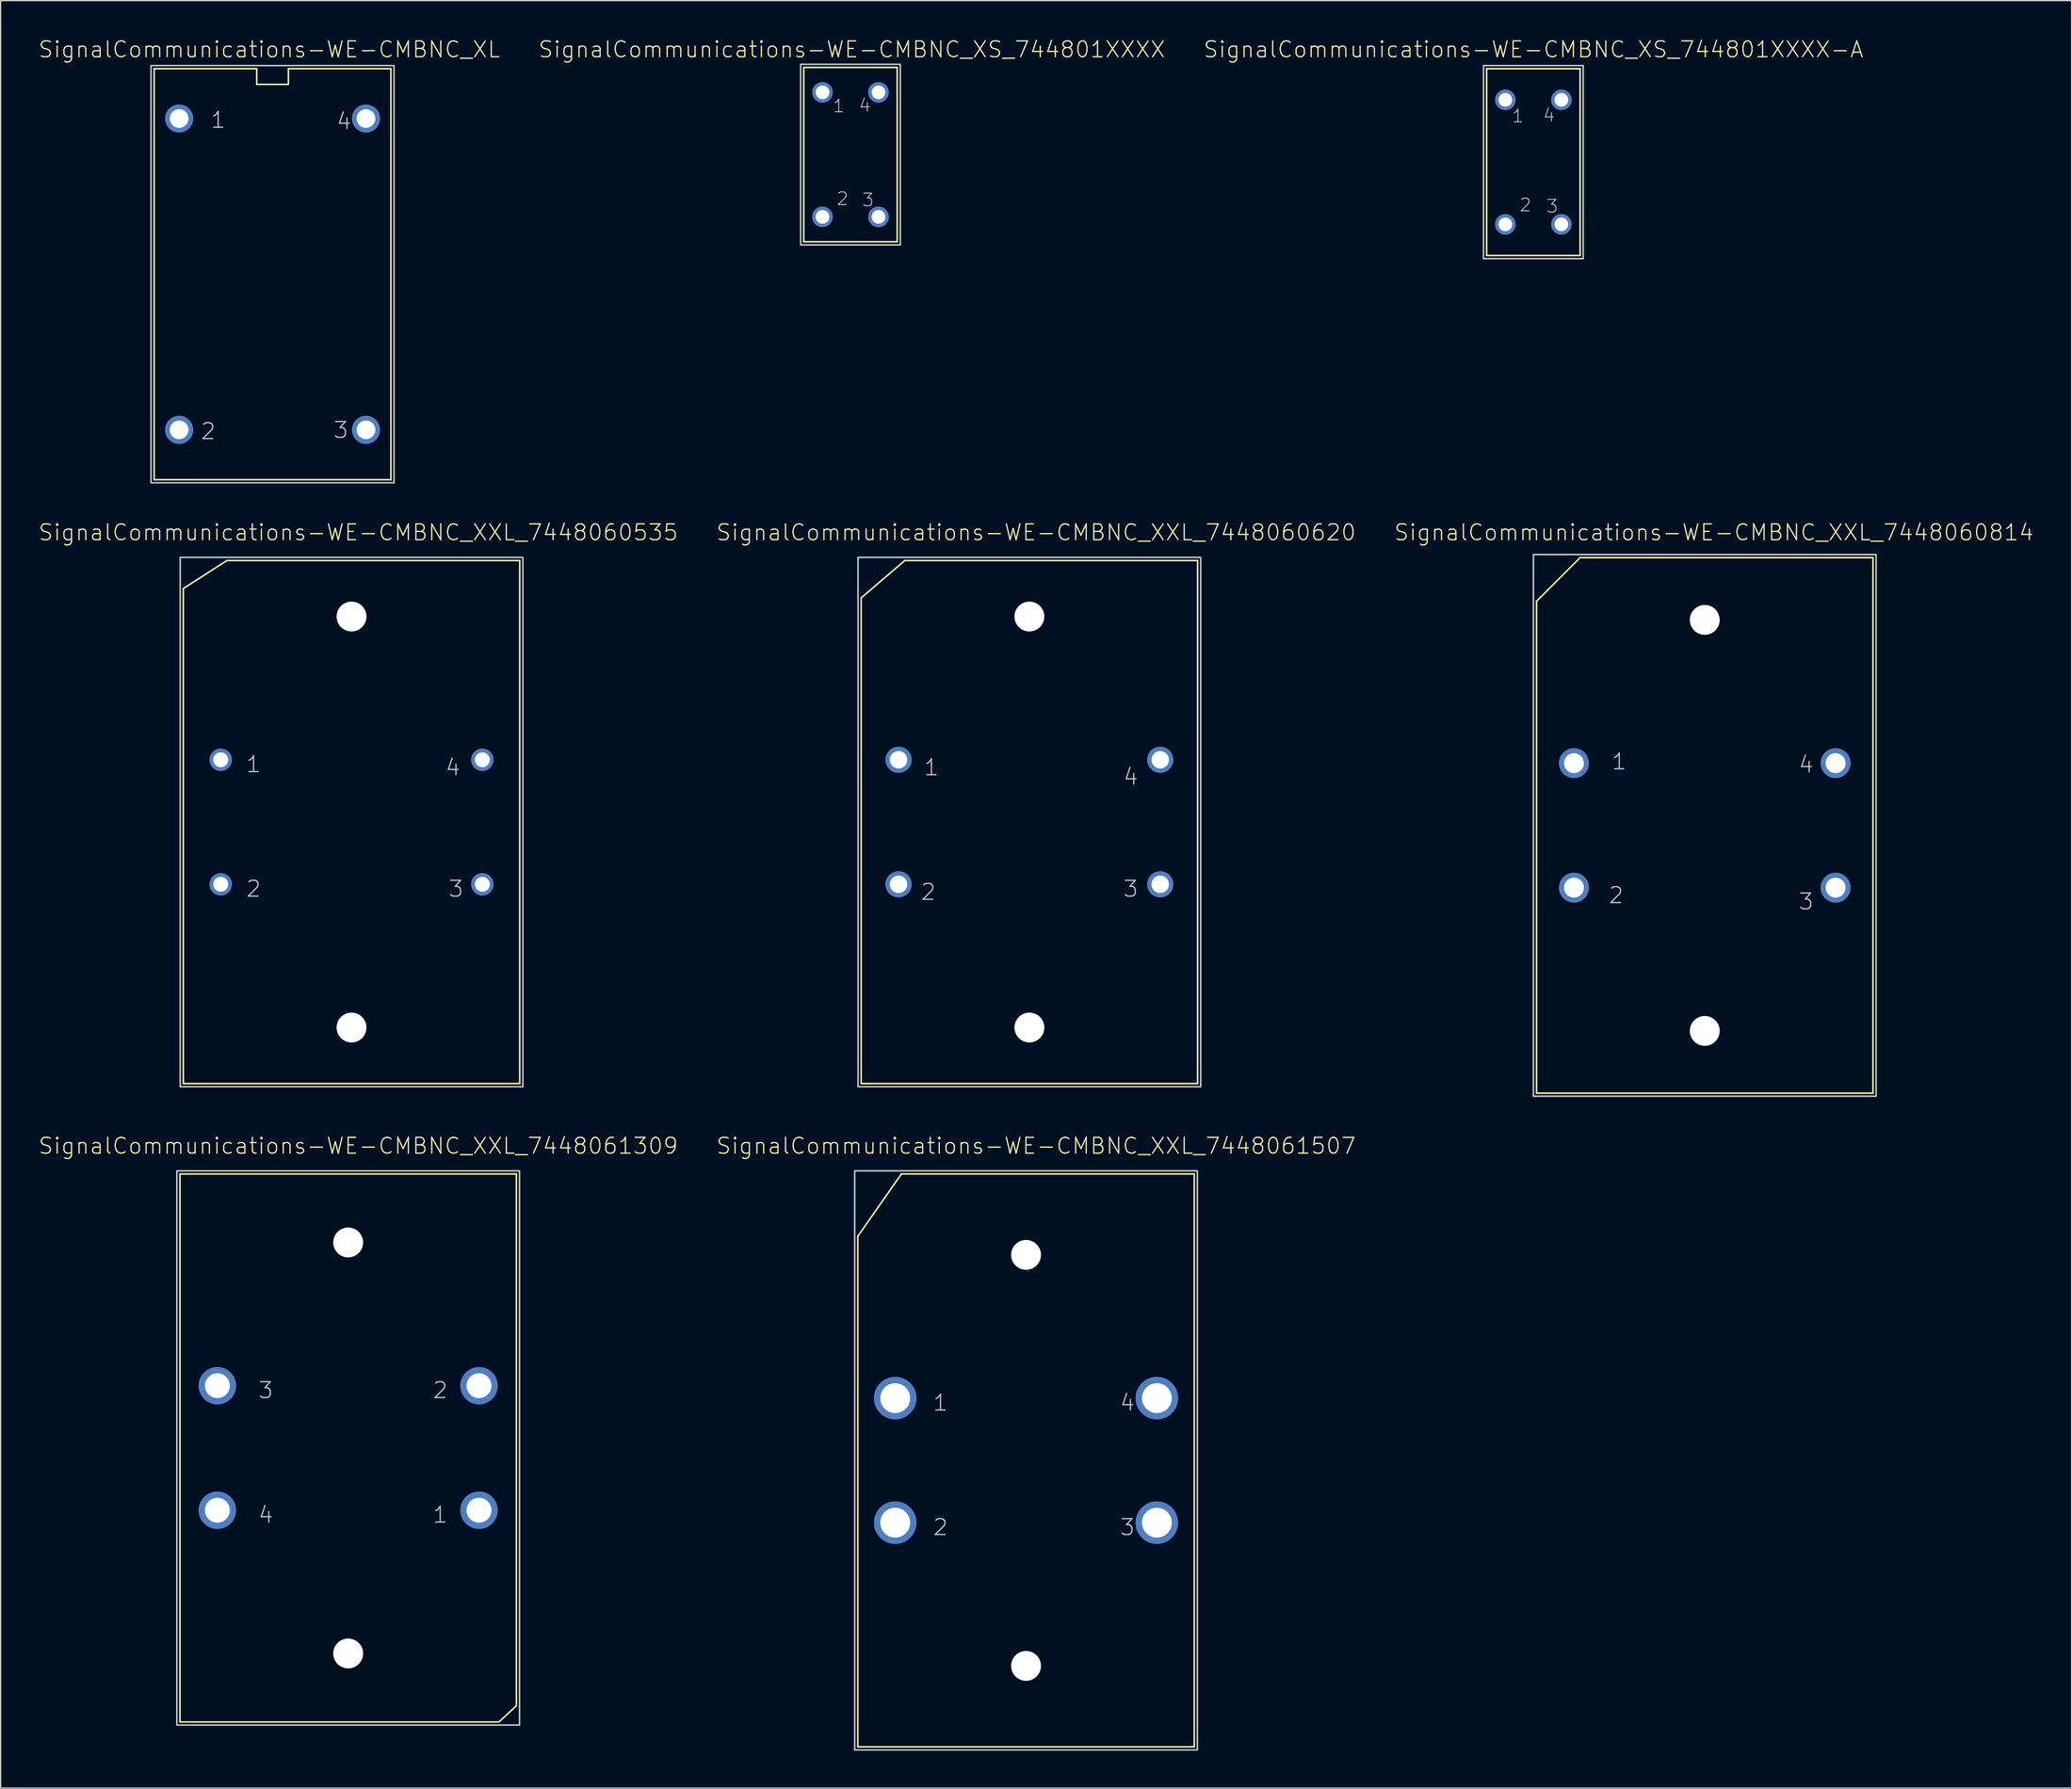
<source format=kicad_pcb>
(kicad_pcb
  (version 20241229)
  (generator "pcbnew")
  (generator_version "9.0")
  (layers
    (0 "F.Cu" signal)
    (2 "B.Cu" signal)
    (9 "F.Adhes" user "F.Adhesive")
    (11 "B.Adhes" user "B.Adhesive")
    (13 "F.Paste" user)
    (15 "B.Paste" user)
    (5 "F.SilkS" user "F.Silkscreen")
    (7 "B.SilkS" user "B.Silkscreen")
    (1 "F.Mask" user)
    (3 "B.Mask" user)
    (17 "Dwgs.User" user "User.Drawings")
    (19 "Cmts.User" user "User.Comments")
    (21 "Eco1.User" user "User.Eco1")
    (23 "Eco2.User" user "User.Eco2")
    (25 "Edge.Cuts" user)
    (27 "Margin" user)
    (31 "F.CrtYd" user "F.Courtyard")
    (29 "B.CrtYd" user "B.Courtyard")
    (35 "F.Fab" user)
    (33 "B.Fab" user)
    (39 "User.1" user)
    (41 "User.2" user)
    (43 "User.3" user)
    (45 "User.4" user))
  (footprint "SignalCommunications-WE-CMBNC_XXL_7448061507"
    (layer "F.Cu")
    (at 79.285 114.207)
    (property "Reference" "SignalCommunications-WE-CMBNC_XXL_7448061507" (at 0.808 -25.253 0) (layer "F.SilkS") (effects (font (size 1.27 1.27) (thickness 0.102))))
    (attr exclude_from_pos_files exclude_from_bom)
    (fp_line (start -13.498 -17.998) (end -13.498 23) (stroke (width 0.127) (type solid)) (layer "F.SilkS"))
    (fp_line (start -13.498 23) (end 13.498 23) (stroke (width 0.127) (type solid)) (layer "F.SilkS"))
    (fp_line (start -10 -23) (end -13.498 -17.998) (stroke (width 0.127) (type solid)) (layer "F.SilkS"))
    (fp_line (start 13.498 -23) (end -10 -23) (stroke (width 0.127) (type solid)) (layer "F.SilkS"))
    (fp_line (start 13.498 23) (end 13.498 -23) (stroke (width 0.127) (type solid)) (layer "F.SilkS"))
    (fp_poly (pts (xy -13.749 23.249) (xy -13.749 -23.249) (xy 13.749 -23.249) (xy 13.749 23.249) (xy -13.749 23.249)) (stroke (width 0.127) (type solid)) (fill no) (layer "Dwgs.User"))
    (fp_text user "1" (at -6.863 -4.633 0) (layer "Dwgs.User") (effects (font (size 1.27 1.27) (thickness 0.102))))
    (fp_text user "4" (at 8.133 -4.633 0) (layer "Dwgs.User") (effects (font (size 1.27 1.27) (thickness 0.102))))
    (fp_text user "3" (at 8.133 5.364 0) (layer "Dwgs.User") (effects (font (size 1.27 1.27) (thickness 0.102))))
    (fp_text user "2" (at -6.863 5.364 0) (layer "Dwgs.User") (effects (font (size 1.27 1.27) (thickness 0.102))))
    (pad "" np_thru_hole circle (at 0 -16.5) (size 2.398 2.398) (drill 2.398) (layers "*.Cu" "*.Mask"))
    (pad "" np_thru_hole circle (at 0 16.5) (size 2.398 2.398) (drill 2.398) (layers "*.Cu" "*.Mask"))
    (pad "1" thru_hole circle (at -10.498 -4.999) (size 3.414 3.414) (drill 2.398) (layers "*.Cu" "*.Paste" "*.Mask"))
    (pad "2" thru_hole circle (at -10.498 4.999) (size 3.414 3.414) (drill 2.398) (layers "*.Cu" "*.Paste" "*.Mask"))
    (pad "3" thru_hole circle (at 10.498 4.999) (size 3.414 3.414) (drill 2.398) (layers "*.Cu" "*.Paste" "*.Mask"))
    (pad "4" thru_hole circle (at 10.498 -4.999) (size 3.414 3.414) (drill 2.398) (layers "*.Cu" "*.Paste" "*.Mask")))
  (footprint "SignalCommunications-WE-CMBNC_XXL_7448060535"
    (layer "F.Cu")
    (at 25.159 62.953)
    (property "Reference" "SignalCommunications-WE-CMBNC_XXL_7448060535" (at 0.538 -23.254 0) (layer "F.SilkS") (effects (font (size 1.27 1.27) (thickness 0.102))))
    (attr exclude_from_pos_files exclude_from_bom)
    (fp_line (start -13.498 -18.748) (end -13.498 20.998) (stroke (width 0.127) (type solid)) (layer "F.SilkS"))
    (fp_line (start -13.498 20.998) (end 13.498 20.998) (stroke (width 0.127) (type solid)) (layer "F.SilkS"))
    (fp_line (start -10 -20.998) (end -13.498 -18.748) (stroke (width 0.127) (type solid)) (layer "F.SilkS"))
    (fp_line (start 13.498 -20.998) (end -10 -20.998) (stroke (width 0.127) (type solid)) (layer "F.SilkS"))
    (fp_line (start 13.498 20.998) (end 13.498 -20.998) (stroke (width 0.127) (type solid)) (layer "F.SilkS"))
    (fp_poly (pts (xy -13.749 21.25) (xy -13.749 -21.25) (xy 13.749 -21.25) (xy 13.749 21.25) (xy -13.749 21.25)) (stroke (width 0.127) (type solid)) (fill no) (layer "Dwgs.User"))
    (fp_text user "4" (at 8.133 -4.384 0) (layer "Dwgs.User") (effects (font (size 1.27 1.27) (thickness 0.102))))
    (fp_text user "1" (at -7.864 -4.633 0) (layer "Dwgs.User") (effects (font (size 1.27 1.27) (thickness 0.102))))
    (fp_text user "2" (at -7.864 5.364 0) (layer "Dwgs.User") (effects (font (size 1.27 1.27) (thickness 0.102))))
    (fp_text user "3" (at 8.385 5.364 0) (layer "Dwgs.User") (effects (font (size 1.27 1.27) (thickness 0.102))))
    (pad "" np_thru_hole circle (at 0 -16.5) (size 2.398 2.398) (drill 2.398) (layers "*.Cu" "*.Mask"))
    (pad "" np_thru_hole circle (at 0 16.5) (size 2.398 2.398) (drill 2.398) (layers "*.Cu" "*.Mask"))
    (pad "1" thru_hole circle (at -10.498 -4.999) (size 1.798 1.798) (drill 1.199) (layers "*.Cu" "*.Paste" "*.Mask"))
    (pad "2" thru_hole circle (at -10.498 4.999) (size 1.798 1.798) (drill 1.199) (layers "*.Cu" "*.Paste" "*.Mask"))
    (pad "3" thru_hole circle (at 10.498 4.999) (size 1.798 1.798) (drill 1.199) (layers "*.Cu" "*.Paste" "*.Mask"))
    (pad "4" thru_hole circle (at 10.498 -4.999) (size 1.798 1.798) (drill 1.199) (layers "*.Cu" "*.Paste" "*.Mask")))
  (footprint "SignalCommunications-WE-CMBNC_XXL_7448060814"
    (layer "F.Cu")
    (at 133.749 63.222)
    (property "Reference" "SignalCommunications-WE-CMBNC_XXL_7448060814" (at 0.739 -23.523 0) (layer "F.SilkS") (effects (font (size 1.27 1.27) (thickness 0.102))))
    (attr exclude_from_pos_files exclude_from_bom)
    (fp_line (start -13.498 -17.998) (end -13.498 21.499) (stroke (width 0.127) (type solid)) (layer "F.SilkS"))
    (fp_line (start -13.498 21.499) (end 13.498 21.499) (stroke (width 0.127) (type solid)) (layer "F.SilkS"))
    (fp_line (start -10 -21.499) (end -13.498 -17.998) (stroke (width 0.127) (type solid)) (layer "F.SilkS"))
    (fp_line (start 13.498 -21.499) (end -10 -21.499) (stroke (width 0.127) (type solid)) (layer "F.SilkS"))
    (fp_line (start 13.498 21.499) (end 13.498 -21.499) (stroke (width 0.127) (type solid)) (layer "F.SilkS"))
    (fp_poly (pts (xy -13.749 21.747) (xy -13.749 -21.747) (xy 13.749 -21.747) (xy 13.749 21.747) (xy -13.749 21.747)) (stroke (width 0.127) (type solid)) (fill no) (layer "Dwgs.User"))
    (fp_text user "1" (at -6.863 -5.133 0) (layer "Dwgs.User") (effects (font (size 1.27 1.27) (thickness 0.102))))
    (fp_text user "4" (at 8.133 -4.884 0) (layer "Dwgs.User") (effects (font (size 1.27 1.27) (thickness 0.102))))
    (fp_text user "2" (at -7.115 5.613 0) (layer "Dwgs.User") (effects (font (size 1.27 1.27) (thickness 0.102))))
    (fp_text user "3" (at 8.133 6.114 0) (layer "Dwgs.User") (effects (font (size 1.27 1.27) (thickness 0.102))))
    (pad "" np_thru_hole circle (at 0 -16.5) (size 2.398 2.398) (drill 2.398) (layers "*.Cu" "*.Mask"))
    (pad "" np_thru_hole circle (at 0 16.5) (size 2.398 2.398) (drill 2.398) (layers "*.Cu" "*.Mask"))
    (pad "1" thru_hole circle (at -10.498 -4.999) (size 2.398 2.398) (drill 1.598) (layers "*.Cu" "*.Paste" "*.Mask"))
    (pad "2" thru_hole circle (at -10.498 4.999) (size 2.398 2.398) (drill 1.598) (layers "*.Cu" "*.Paste" "*.Mask"))
    (pad "3" thru_hole circle (at 10.498 4.999) (size 2.398 2.398) (drill 1.598) (layers "*.Cu" "*.Paste" "*.Mask"))
    (pad "4" thru_hole circle (at 10.498 -4.999) (size 2.398 2.398) (drill 1.598) (layers "*.Cu" "*.Paste" "*.Mask")))
  (footprint "SignalCommunications-WE-CMBNC_XXL_7448060620"
    (layer "F.Cu")
    (at 79.554 62.953)
    (property "Reference" "SignalCommunications-WE-CMBNC_XXL_7448060620" (at 0.538 -23.254 0) (layer "F.SilkS") (effects (font (size 1.27 1.27) (thickness 0.102))))
    (attr exclude_from_pos_files exclude_from_bom)
    (fp_line (start -13.498 -17.998) (end -13.498 20.998) (stroke (width 0.127) (type solid)) (layer "F.SilkS"))
    (fp_line (start -13.498 20.998) (end 13.498 20.998) (stroke (width 0.127) (type solid)) (layer "F.SilkS"))
    (fp_line (start -10 -20.998) (end -13.498 -17.998) (stroke (width 0.127) (type solid)) (layer "F.SilkS"))
    (fp_line (start 13.498 -20.998) (end -10 -20.998) (stroke (width 0.127) (type solid)) (layer "F.SilkS"))
    (fp_line (start 13.498 20.998) (end 13.498 -20.998) (stroke (width 0.127) (type solid)) (layer "F.SilkS"))
    (fp_poly (pts (xy -13.749 21.25) (xy -13.749 -21.25) (xy 13.749 -21.25) (xy 13.749 21.25) (xy -13.749 21.25)) (stroke (width 0.127) (type solid)) (fill no) (layer "Dwgs.User"))
    (fp_text user "2" (at -8.113 5.613 0) (layer "Dwgs.User") (effects (font (size 1.27 1.27) (thickness 0.102))))
    (fp_text user "4" (at 8.133 -3.635 0) (layer "Dwgs.User") (effects (font (size 1.27 1.27) (thickness 0.102))))
    (fp_text user "1" (at -7.864 -4.384 0) (layer "Dwgs.User") (effects (font (size 1.27 1.27) (thickness 0.102))))
    (fp_text user "3" (at 8.133 5.364 0) (layer "Dwgs.User") (effects (font (size 1.27 1.27) (thickness 0.102))))
    (pad "" np_thru_hole circle (at 0 -16.5) (size 2.398 2.398) (drill 2.398) (layers "*.Cu" "*.Mask"))
    (pad "" np_thru_hole circle (at 0 16.5) (size 2.398 2.398) (drill 2.398) (layers "*.Cu" "*.Mask"))
    (pad "1" thru_hole circle (at -10.498 -4.999) (size 2.098 2.098) (drill 1.4) (layers "*.Cu" "*.Paste" "*.Mask"))
    (pad "2" thru_hole circle (at -10.498 4.999) (size 2.098 2.098) (drill 1.4) (layers "*.Cu" "*.Paste" "*.Mask"))
    (pad "3" thru_hole circle (at 10.498 4.999) (size 2.098 2.098) (drill 1.4) (layers "*.Cu" "*.Paste" "*.Mask"))
    (pad "4" thru_hole circle (at 10.498 -4.999) (size 2.098 2.098) (drill 1.4) (layers "*.Cu" "*.Paste" "*.Mask")))
  (footprint "SignalCommunications-WE-CMBNC_XS_744801XXXX-A"
    (layer "F.Cu")
    (at 119.996 9.966)
    (property "Reference" "SignalCommunications-WE-CMBNC_XS_744801XXXX-A" (at 0.008 -9.045 0) (layer "F.SilkS") (effects (font (size 1.27 1.27) (thickness 0.102))))
    (attr exclude_from_pos_files exclude_from_bom)
    (fp_line (start -3.749 -7.498) (end -3.749 7.498) (stroke (width 0.127) (type solid)) (layer "F.SilkS"))
    (fp_line (start -3.749 7.498) (end 3.749 7.498) (stroke (width 0.127) (type solid)) (layer "F.SilkS"))
    (fp_line (start 3.749 -7.498) (end -3.749 -7.498) (stroke (width 0.127) (type solid)) (layer "F.SilkS"))
    (fp_line (start 3.749 7.498) (end 3.749 -7.498) (stroke (width 0.127) (type solid)) (layer "F.SilkS"))
    (fp_poly (pts (xy -3.998 7.75) (xy -3.998 -7.75) (xy 3.998 -7.75) (xy 3.998 7.75) (xy -3.998 7.75)) (stroke (width 0.127) (type solid)) (fill no) (layer "Dwgs.User"))
    (fp_text user "2" (at -0.64 3.442 0) (layer "Dwgs.User") (effects (font (size 1.016 1.016) (thickness 0.076))))
    (fp_text user "4" (at 1.257 -3.757 0) (layer "Dwgs.User") (effects (font (size 1.016 1.016) (thickness 0.076))))
    (fp_text user "3" (at 1.506 3.541 0) (layer "Dwgs.User") (effects (font (size 1.016 1.016) (thickness 0.076))))
    (fp_text user "1" (at -1.24 -3.706 0) (layer "Dwgs.User") (effects (font (size 1.016 1.016) (thickness 0.076))))
    (pad "1" thru_hole circle (at -2.248 -4.999) (size 1.648 1.648) (drill 1.1) (layers "*.Cu" "*.Paste" "*.Mask"))
    (pad "2" thru_hole circle (at -2.248 4.999) (size 1.648 1.648) (drill 1.1) (layers "*.Cu" "*.Paste" "*.Mask"))
    (pad "3" thru_hole circle (at 2.248 4.999) (size 1.648 1.648) (drill 1.1) (layers "*.Cu" "*.Paste" "*.Mask"))
    (pad "4" thru_hole circle (at 2.248 -4.999) (size 1.648 1.648) (drill 1.1) (layers "*.Cu" "*.Paste" "*.Mask")))
  (footprint "SignalCommunications-WE-CMBNC_XL"
    (layer "F.Cu")
    (at 18.82 18.965)
    (property "Reference" "SignalCommunications-WE-CMBNC_XL" (at -0.259 -18.044 0) (layer "F.SilkS") (effects (font (size 1.27 1.27) (thickness 0.102))))
    (attr exclude_from_pos_files exclude_from_bom)
    (fp_line (start -9.5 -16.5) (end -1.27 -16.5) (stroke (width 0.127) (type solid)) (layer "F.SilkS"))
    (fp_line (start -9.5 16.5) (end -9.5 -16.5) (stroke (width 0.127) (type solid)) (layer "F.SilkS"))
    (fp_line (start -9.5 16.5) (end 9.5 16.5) (stroke (width 0.127) (type solid)) (layer "F.SilkS"))
    (fp_line (start -1.27 -16.5) (end -1.27 -15.24) (stroke (width 0.127) (type solid)) (layer "F.SilkS"))
    (fp_line (start -1.27 -15.24) (end 1.27 -15.24) (stroke (width 0.127) (type solid)) (layer "F.SilkS"))
    (fp_line (start 1.27 -16.5) (end 9.5 -16.5) (stroke (width 0.127) (type solid)) (layer "F.SilkS"))
    (fp_line (start 1.27 -15.24) (end 1.27 -16.5) (stroke (width 0.127) (type solid)) (layer "F.SilkS"))
    (fp_line (start 9.5 16.5) (end 9.5 -16.5) (stroke (width 0.127) (type solid)) (layer "F.SilkS"))
    (fp_poly (pts (xy -9.749 16.749) (xy -9.749 -16.749) (xy 9.749 -16.749) (xy 9.749 16.749) (xy -9.749 16.749)) (stroke (width 0.127) (type solid)) (fill no) (layer "Dwgs.User"))
    (fp_text user "4" (at 5.733 -12.283 0) (layer "Dwgs.User") (effects (font (size 1.27 1.27) (thickness 0.102))))
    (fp_text user "1" (at -4.364 -12.383 0) (layer "Dwgs.User") (effects (font (size 1.27 1.27) (thickness 0.102))))
    (fp_text user "3" (at 5.484 12.515 0) (layer "Dwgs.User") (effects (font (size 1.27 1.27) (thickness 0.102))))
    (fp_text user "2" (at -5.164 12.614 0) (layer "Dwgs.User") (effects (font (size 1.27 1.27) (thickness 0.102))))
    (pad "1" thru_hole circle (at -7.498 -12.499) (size 2.248 2.248) (drill 1.499) (layers "*.Cu" "*.Paste" "*.Mask"))
    (pad "2" thru_hole circle (at -7.498 12.499) (size 2.248 2.248) (drill 1.499) (layers "*.Cu" "*.Paste" "*.Mask"))
    (pad "3" thru_hole circle (at 7.498 12.499) (size 2.248 2.248) (drill 1.499) (layers "*.Cu" "*.Paste" "*.Mask"))
    (pad "4" thru_hole circle (at 7.498 -12.499) (size 2.248 2.248) (drill 1.499) (layers "*.Cu" "*.Paste" "*.Mask")))
  (footprint "SignalCommunications-WE-CMBNC_XS_744801XXXX"
    (layer "F.Cu")
    (at 65.197 9.364)
    (property "Reference" "SignalCommunications-WE-CMBNC_XS_744801XXXX" (at 0.109 -8.443 0) (layer "F.SilkS") (effects (font (size 1.27 1.27) (thickness 0.102))))
    (attr exclude_from_pos_files exclude_from_bom)
    (fp_line (start -3.749 -6.998) (end -3.749 6.998) (stroke (width 0.127) (type solid)) (layer "F.SilkS"))
    (fp_line (start -3.749 6.998) (end 3.749 6.998) (stroke (width 0.127) (type solid)) (layer "F.SilkS"))
    (fp_line (start 3.749 -6.998) (end -3.749 -6.998) (stroke (width 0.127) (type solid)) (layer "F.SilkS"))
    (fp_line (start 3.749 6.998) (end 3.749 -6.998) (stroke (width 0.127) (type solid)) (layer "F.SilkS"))
    (fp_poly (pts (xy -3.998 7.249) (xy -3.998 -7.249) (xy 3.998 -7.249) (xy 3.998 7.249) (xy -3.998 7.249)) (stroke (width 0.127) (type solid)) (fill no) (layer "Dwgs.User"))
    (fp_text user "3" (at 1.407 3.64 0) (layer "Dwgs.User") (effects (font (size 1.016 1.016) (thickness 0.076))))
    (fp_text user "1" (at -0.94 -3.907 0) (layer "Dwgs.User") (effects (font (size 1.016 1.016) (thickness 0.076))))
    (fp_text user "4" (at 1.156 -3.957 0) (layer "Dwgs.User") (effects (font (size 1.016 1.016) (thickness 0.076))))
    (fp_text user "2" (at -0.64 3.541 0) (layer "Dwgs.User") (effects (font (size 1.016 1.016) (thickness 0.076))))
    (pad "1" thru_hole circle (at -2.248 -4.999) (size 1.648 1.648) (drill 1.1) (layers "*.Cu" "*.Paste" "*.Mask"))
    (pad "2" thru_hole circle (at -2.248 4.999) (size 1.648 1.648) (drill 1.1) (layers "*.Cu" "*.Paste" "*.Mask"))
    (pad "3" thru_hole circle (at 2.248 4.999) (size 1.648 1.648) (drill 1.1) (layers "*.Cu" "*.Paste" "*.Mask"))
    (pad "4" thru_hole circle (at 2.248 -4.999) (size 1.648 1.648) (drill 1.1) (layers "*.Cu" "*.Paste" "*.Mask")))
  (footprint "SignalCommunications-WE-CMBNC_XXL_7448061309"
    (layer "F.Cu")
    (at 24.89 113.209)
    (property "Reference" "SignalCommunications-WE-CMBNC_XXL_7448061309" (at 0.808 -24.254 0) (layer "F.SilkS") (effects (font (size 1.27 1.27) (thickness 0.102))))
    (attr exclude_from_pos_files exclude_from_bom)
    (fp_line (start -13.498 -21.999) (end -13.498 21.999) (stroke (width 0.127) (type solid)) (layer "F.SilkS"))
    (fp_line (start -13.498 21.999) (end 12.098 21.999) (stroke (width 0.127) (type solid)) (layer "F.SilkS"))
    (fp_line (start 12.098 21.999) (end 13.498 20.698) (stroke (width 0.127) (type solid)) (layer "F.SilkS"))
    (fp_line (start 13.498 -21.999) (end -13.498 -21.999) (stroke (width 0.127) (type solid)) (layer "F.SilkS"))
    (fp_line (start 13.498 20.698) (end 13.498 -21.999) (stroke (width 0.127) (type solid)) (layer "F.SilkS"))
    (fp_poly (pts (xy -13.749 22.248) (xy -13.749 -22.248) (xy 13.749 -22.248) (xy 13.749 22.248) (xy -13.749 22.248)) (stroke (width 0.127) (type solid)) (fill no) (layer "Dwgs.User"))
    (fp_text user "4" (at -6.614 5.364 0) (layer "Dwgs.User") (effects (font (size 1.27 1.27) (thickness 0.102))))
    (fp_text user "2" (at 7.384 -4.633 0) (layer "Dwgs.User") (effects (font (size 1.27 1.27) (thickness 0.102))))
    (fp_text user "1" (at 7.384 5.364 0) (layer "Dwgs.User") (effects (font (size 1.27 1.27) (thickness 0.102))))
    (fp_text user "3" (at -6.614 -4.633 0) (layer "Dwgs.User") (effects (font (size 1.27 1.27) (thickness 0.102))))
    (pad "" np_thru_hole circle (at 0 -16.5) (size 2.398 2.398) (drill 2.398) (layers "*.Cu" "*.Mask"))
    (pad "" np_thru_hole circle (at 0 16.5) (size 2.398 2.398) (drill 2.398) (layers "*.Cu" "*.Mask"))
    (pad "1" thru_hole circle (at 10.498 4.999) (size 3 3) (drill 1.999) (layers "*.Cu" "*.Paste" "*.Mask"))
    (pad "2" thru_hole circle (at 10.498 -4.999) (size 3 3) (drill 1.999) (layers "*.Cu" "*.Paste" "*.Mask"))
    (pad "3" thru_hole circle (at -10.498 -4.999) (size 3 3) (drill 1.999) (layers "*.Cu" "*.Paste" "*.Mask"))
    (pad "4" thru_hole circle (at -10.498 4.999) (size 3 3) (drill 1.999) (layers "*.Cu" "*.Paste" "*.Mask")))
  (gr_rect
    (start -3 -3)
    (end 163.185 140.519)
    (stroke (width 0.1) (type default))
    (fill no)
    (layer "Edge.Cuts")))
</source>
